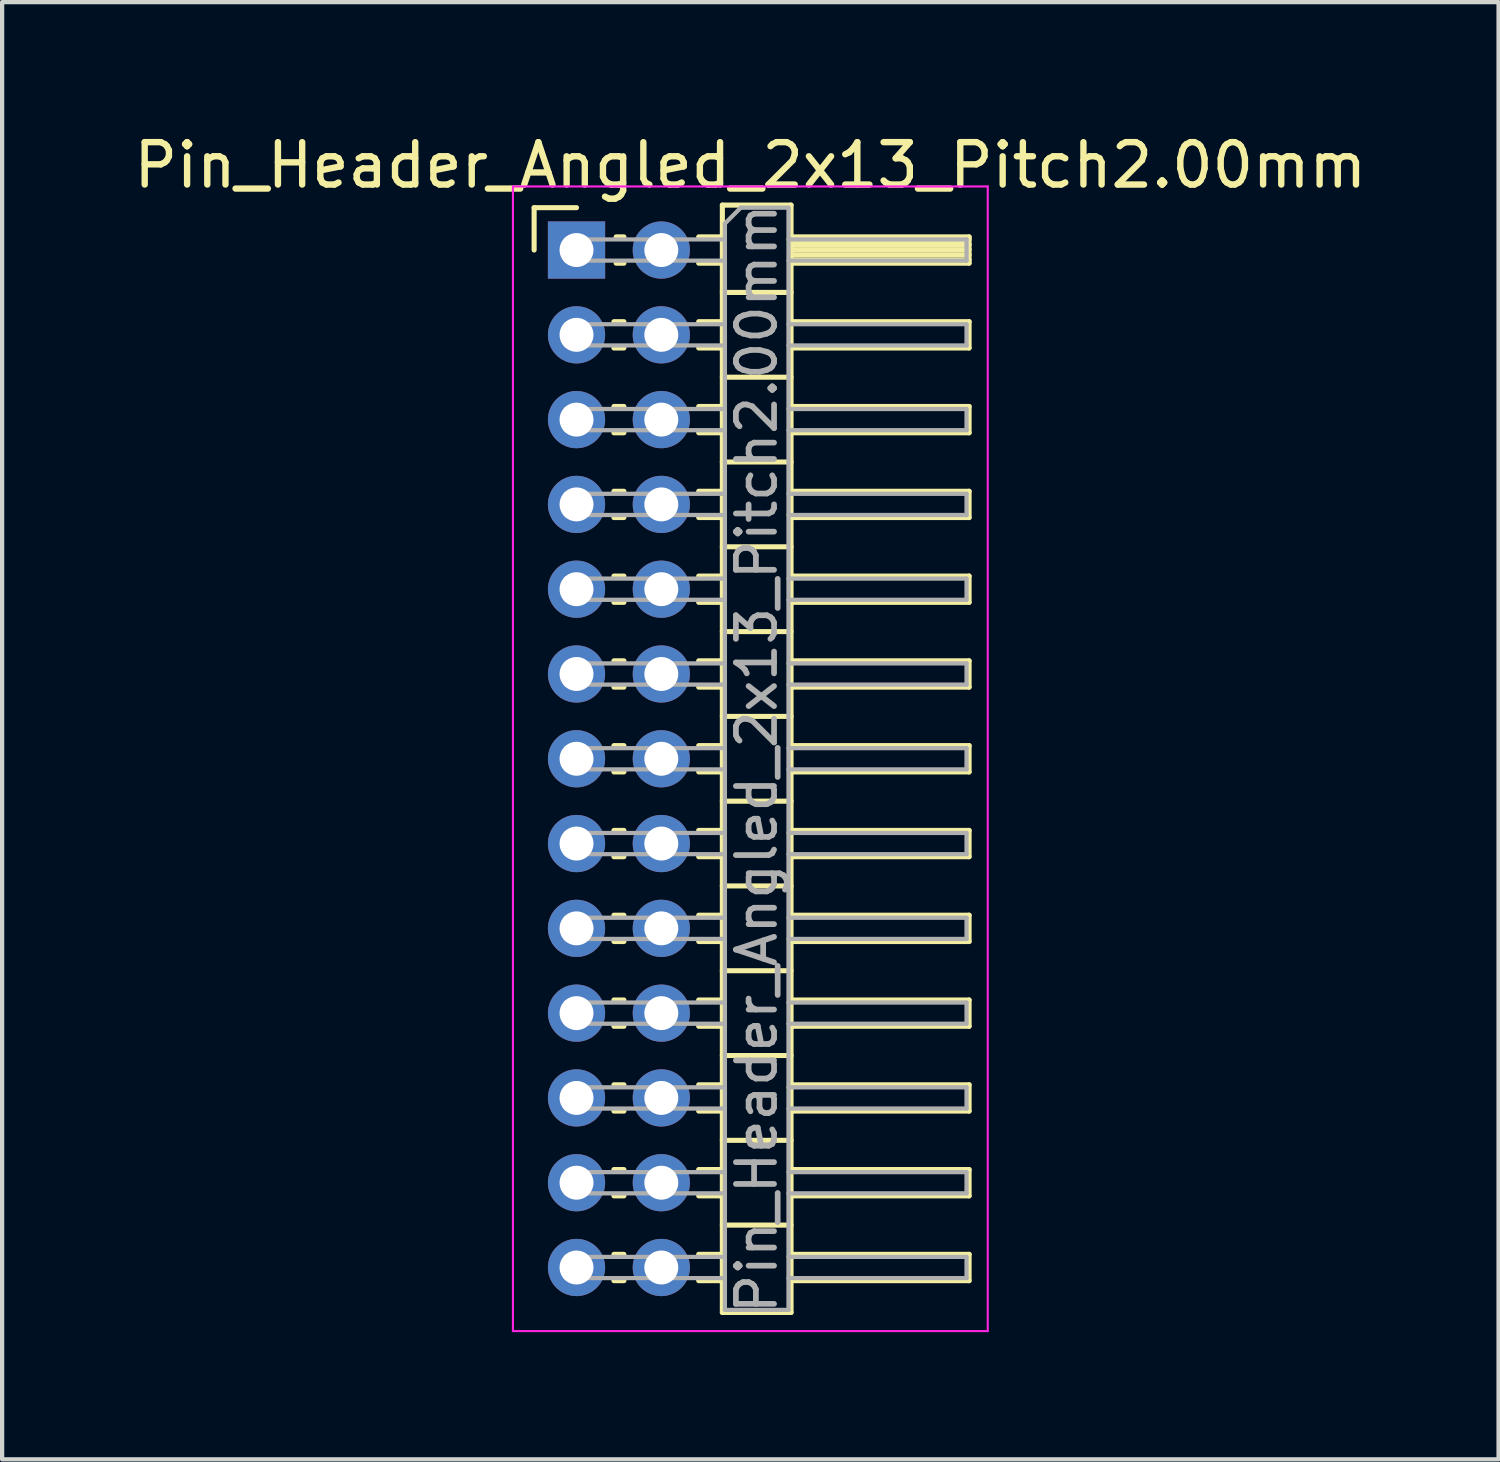
<source format=kicad_pcb>
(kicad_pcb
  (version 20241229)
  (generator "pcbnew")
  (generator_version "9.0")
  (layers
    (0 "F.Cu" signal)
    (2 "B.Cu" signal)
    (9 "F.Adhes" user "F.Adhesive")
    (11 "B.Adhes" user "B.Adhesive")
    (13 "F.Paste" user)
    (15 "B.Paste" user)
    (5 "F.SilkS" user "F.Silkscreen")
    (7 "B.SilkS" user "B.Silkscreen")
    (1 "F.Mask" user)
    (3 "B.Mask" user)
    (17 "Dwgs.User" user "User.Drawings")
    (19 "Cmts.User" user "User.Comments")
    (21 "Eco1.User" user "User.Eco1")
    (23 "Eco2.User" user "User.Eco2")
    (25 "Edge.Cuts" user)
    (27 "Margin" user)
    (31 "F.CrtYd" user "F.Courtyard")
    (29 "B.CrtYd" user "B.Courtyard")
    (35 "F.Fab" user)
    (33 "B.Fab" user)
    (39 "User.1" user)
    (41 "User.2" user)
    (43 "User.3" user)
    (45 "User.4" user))
  (footprint "Pin_Header_Angled_2x13_Pitch2.00mm"
    (layer "F.Cu")
    (at 10.549 2.848)
    (property "Reference" "Pin_Header_Angled_2x13_Pitch2.00mm" (at 4.1 -2 0) (layer "F.SilkS") (effects (font (size 1 1) (thickness 0.15))))
    (attr through_hole)
    (fp_line (start -1 -1) (end 0 -1) (stroke (width 0.12) (type solid)) (layer "F.SilkS"))
    (fp_line (start -1 0) (end -1 -1) (stroke (width 0.12) (type solid)) (layer "F.SilkS"))
    (fp_line (start 0.882 1.69) (end 1.118 1.69) (stroke (width 0.12) (type solid)) (layer "F.SilkS"))
    (fp_line (start 0.882 2.31) (end 1.118 2.31) (stroke (width 0.12) (type solid)) (layer "F.SilkS"))
    (fp_line (start 0.882 3.69) (end 1.118 3.69) (stroke (width 0.12) (type solid)) (layer "F.SilkS"))
    (fp_line (start 0.882 4.31) (end 1.118 4.31) (stroke (width 0.12) (type solid)) (layer "F.SilkS"))
    (fp_line (start 0.882 5.69) (end 1.118 5.69) (stroke (width 0.12) (type solid)) (layer "F.SilkS"))
    (fp_line (start 0.882 6.31) (end 1.118 6.31) (stroke (width 0.12) (type solid)) (layer "F.SilkS"))
    (fp_line (start 0.882 7.69) (end 1.118 7.69) (stroke (width 0.12) (type solid)) (layer "F.SilkS"))
    (fp_line (start 0.882 8.31) (end 1.118 8.31) (stroke (width 0.12) (type solid)) (layer "F.SilkS"))
    (fp_line (start 0.882 9.69) (end 1.118 9.69) (stroke (width 0.12) (type solid)) (layer "F.SilkS"))
    (fp_line (start 0.882 10.31) (end 1.118 10.31) (stroke (width 0.12) (type solid)) (layer "F.SilkS"))
    (fp_line (start 0.882 11.69) (end 1.118 11.69) (stroke (width 0.12) (type solid)) (layer "F.SilkS"))
    (fp_line (start 0.882 12.31) (end 1.118 12.31) (stroke (width 0.12) (type solid)) (layer "F.SilkS"))
    (fp_line (start 0.882 13.69) (end 1.118 13.69) (stroke (width 0.12) (type solid)) (layer "F.SilkS"))
    (fp_line (start 0.882 14.31) (end 1.118 14.31) (stroke (width 0.12) (type solid)) (layer "F.SilkS"))
    (fp_line (start 0.882 15.69) (end 1.118 15.69) (stroke (width 0.12) (type solid)) (layer "F.SilkS"))
    (fp_line (start 0.882 16.31) (end 1.118 16.31) (stroke (width 0.12) (type solid)) (layer "F.SilkS"))
    (fp_line (start 0.882 17.69) (end 1.118 17.69) (stroke (width 0.12) (type solid)) (layer "F.SilkS"))
    (fp_line (start 0.882 18.31) (end 1.118 18.31) (stroke (width 0.12) (type solid)) (layer "F.SilkS"))
    (fp_line (start 0.882 19.69) (end 1.118 19.69) (stroke (width 0.12) (type solid)) (layer "F.SilkS"))
    (fp_line (start 0.882 20.31) (end 1.118 20.31) (stroke (width 0.12) (type solid)) (layer "F.SilkS"))
    (fp_line (start 0.882 21.69) (end 1.118 21.69) (stroke (width 0.12) (type solid)) (layer "F.SilkS"))
    (fp_line (start 0.882 22.31) (end 1.118 22.31) (stroke (width 0.12) (type solid)) (layer "F.SilkS"))
    (fp_line (start 0.882 23.69) (end 1.118 23.69) (stroke (width 0.12) (type solid)) (layer "F.SilkS"))
    (fp_line (start 0.882 24.31) (end 1.118 24.31) (stroke (width 0.12) (type solid)) (layer "F.SilkS"))
    (fp_line (start 0.935 -0.31) (end 1.118 -0.31) (stroke (width 0.12) (type solid)) (layer "F.SilkS"))
    (fp_line (start 0.935 0.31) (end 1.118 0.31) (stroke (width 0.12) (type solid)) (layer "F.SilkS"))
    (fp_line (start 2.882 -0.31) (end 3.44 -0.31) (stroke (width 0.12) (type solid)) (layer "F.SilkS"))
    (fp_line (start 2.882 0.31) (end 3.44 0.31) (stroke (width 0.12) (type solid)) (layer "F.SilkS"))
    (fp_line (start 2.882 1.69) (end 3.44 1.69) (stroke (width 0.12) (type solid)) (layer "F.SilkS"))
    (fp_line (start 2.882 2.31) (end 3.44 2.31) (stroke (width 0.12) (type solid)) (layer "F.SilkS"))
    (fp_line (start 2.882 3.69) (end 3.44 3.69) (stroke (width 0.12) (type solid)) (layer "F.SilkS"))
    (fp_line (start 2.882 4.31) (end 3.44 4.31) (stroke (width 0.12) (type solid)) (layer "F.SilkS"))
    (fp_line (start 2.882 5.69) (end 3.44 5.69) (stroke (width 0.12) (type solid)) (layer "F.SilkS"))
    (fp_line (start 2.882 6.31) (end 3.44 6.31) (stroke (width 0.12) (type solid)) (layer "F.SilkS"))
    (fp_line (start 2.882 7.69) (end 3.44 7.69) (stroke (width 0.12) (type solid)) (layer "F.SilkS"))
    (fp_line (start 2.882 8.31) (end 3.44 8.31) (stroke (width 0.12) (type solid)) (layer "F.SilkS"))
    (fp_line (start 2.882 9.69) (end 3.44 9.69) (stroke (width 0.12) (type solid)) (layer "F.SilkS"))
    (fp_line (start 2.882 10.31) (end 3.44 10.31) (stroke (width 0.12) (type solid)) (layer "F.SilkS"))
    (fp_line (start 2.882 11.69) (end 3.44 11.69) (stroke (width 0.12) (type solid)) (layer "F.SilkS"))
    (fp_line (start 2.882 12.31) (end 3.44 12.31) (stroke (width 0.12) (type solid)) (layer "F.SilkS"))
    (fp_line (start 2.882 13.69) (end 3.44 13.69) (stroke (width 0.12) (type solid)) (layer "F.SilkS"))
    (fp_line (start 2.882 14.31) (end 3.44 14.31) (stroke (width 0.12) (type solid)) (layer "F.SilkS"))
    (fp_line (start 2.882 15.69) (end 3.44 15.69) (stroke (width 0.12) (type solid)) (layer "F.SilkS"))
    (fp_line (start 2.882 16.31) (end 3.44 16.31) (stroke (width 0.12) (type solid)) (layer "F.SilkS"))
    (fp_line (start 2.882 17.69) (end 3.44 17.69) (stroke (width 0.12) (type solid)) (layer "F.SilkS"))
    (fp_line (start 2.882 18.31) (end 3.44 18.31) (stroke (width 0.12) (type solid)) (layer "F.SilkS"))
    (fp_line (start 2.882 19.69) (end 3.44 19.69) (stroke (width 0.12) (type solid)) (layer "F.SilkS"))
    (fp_line (start 2.882 20.31) (end 3.44 20.31) (stroke (width 0.12) (type solid)) (layer "F.SilkS"))
    (fp_line (start 2.882 21.69) (end 3.44 21.69) (stroke (width 0.12) (type solid)) (layer "F.SilkS"))
    (fp_line (start 2.882 22.31) (end 3.44 22.31) (stroke (width 0.12) (type solid)) (layer "F.SilkS"))
    (fp_line (start 2.882 23.69) (end 3.44 23.69) (stroke (width 0.12) (type solid)) (layer "F.SilkS"))
    (fp_line (start 2.882 24.31) (end 3.44 24.31) (stroke (width 0.12) (type solid)) (layer "F.SilkS"))
    (fp_line (start 3.44 -1.06) (end 3.44 25.06) (stroke (width 0.12) (type solid)) (layer "F.SilkS"))
    (fp_line (start 3.44 1) (end 5.06 1) (stroke (width 0.12) (type solid)) (layer "F.SilkS"))
    (fp_line (start 3.44 3) (end 5.06 3) (stroke (width 0.12) (type solid)) (layer "F.SilkS"))
    (fp_line (start 3.44 5) (end 5.06 5) (stroke (width 0.12) (type solid)) (layer "F.SilkS"))
    (fp_line (start 3.44 7) (end 5.06 7) (stroke (width 0.12) (type solid)) (layer "F.SilkS"))
    (fp_line (start 3.44 9) (end 5.06 9) (stroke (width 0.12) (type solid)) (layer "F.SilkS"))
    (fp_line (start 3.44 11) (end 5.06 11) (stroke (width 0.12) (type solid)) (layer "F.SilkS"))
    (fp_line (start 3.44 13) (end 5.06 13) (stroke (width 0.12) (type solid)) (layer "F.SilkS"))
    (fp_line (start 3.44 15) (end 5.06 15) (stroke (width 0.12) (type solid)) (layer "F.SilkS"))
    (fp_line (start 3.44 17) (end 5.06 17) (stroke (width 0.12) (type solid)) (layer "F.SilkS"))
    (fp_line (start 3.44 19) (end 5.06 19) (stroke (width 0.12) (type solid)) (layer "F.SilkS"))
    (fp_line (start 3.44 21) (end 5.06 21) (stroke (width 0.12) (type solid)) (layer "F.SilkS"))
    (fp_line (start 3.44 23) (end 5.06 23) (stroke (width 0.12) (type solid)) (layer "F.SilkS"))
    (fp_line (start 3.44 25.06) (end 5.06 25.06) (stroke (width 0.12) (type solid)) (layer "F.SilkS"))
    (fp_line (start 5.06 -1.06) (end 3.44 -1.06) (stroke (width 0.12) (type solid)) (layer "F.SilkS"))
    (fp_line (start 5.06 -0.31) (end 9.26 -0.31) (stroke (width 0.12) (type solid)) (layer "F.SilkS"))
    (fp_line (start 5.06 -0.25) (end 9.26 -0.25) (stroke (width 0.12) (type solid)) (layer "F.SilkS"))
    (fp_line (start 5.06 -0.13) (end 9.26 -0.13) (stroke (width 0.12) (type solid)) (layer "F.SilkS"))
    (fp_line (start 5.06 -0.01) (end 9.26 -0.01) (stroke (width 0.12) (type solid)) (layer "F.SilkS"))
    (fp_line (start 5.06 0.11) (end 9.26 0.11) (stroke (width 0.12) (type solid)) (layer "F.SilkS"))
    (fp_line (start 5.06 0.23) (end 9.26 0.23) (stroke (width 0.12) (type solid)) (layer "F.SilkS"))
    (fp_line (start 5.06 1.69) (end 9.26 1.69) (stroke (width 0.12) (type solid)) (layer "F.SilkS"))
    (fp_line (start 5.06 3.69) (end 9.26 3.69) (stroke (width 0.12) (type solid)) (layer "F.SilkS"))
    (fp_line (start 5.06 5.69) (end 9.26 5.69) (stroke (width 0.12) (type solid)) (layer "F.SilkS"))
    (fp_line (start 5.06 7.69) (end 9.26 7.69) (stroke (width 0.12) (type solid)) (layer "F.SilkS"))
    (fp_line (start 5.06 9.69) (end 9.26 9.69) (stroke (width 0.12) (type solid)) (layer "F.SilkS"))
    (fp_line (start 5.06 11.69) (end 9.26 11.69) (stroke (width 0.12) (type solid)) (layer "F.SilkS"))
    (fp_line (start 5.06 13.69) (end 9.26 13.69) (stroke (width 0.12) (type solid)) (layer "F.SilkS"))
    (fp_line (start 5.06 15.69) (end 9.26 15.69) (stroke (width 0.12) (type solid)) (layer "F.SilkS"))
    (fp_line (start 5.06 17.69) (end 9.26 17.69) (stroke (width 0.12) (type solid)) (layer "F.SilkS"))
    (fp_line (start 5.06 19.69) (end 9.26 19.69) (stroke (width 0.12) (type solid)) (layer "F.SilkS"))
    (fp_line (start 5.06 21.69) (end 9.26 21.69) (stroke (width 0.12) (type solid)) (layer "F.SilkS"))
    (fp_line (start 5.06 23.69) (end 9.26 23.69) (stroke (width 0.12) (type solid)) (layer "F.SilkS"))
    (fp_line (start 5.06 25.06) (end 5.06 -1.06) (stroke (width 0.12) (type solid)) (layer "F.SilkS"))
    (fp_line (start 9.26 -0.31) (end 9.26 0.31) (stroke (width 0.12) (type solid)) (layer "F.SilkS"))
    (fp_line (start 9.26 0.31) (end 5.06 0.31) (stroke (width 0.12) (type solid)) (layer "F.SilkS"))
    (fp_line (start 9.26 1.69) (end 9.26 2.31) (stroke (width 0.12) (type solid)) (layer "F.SilkS"))
    (fp_line (start 9.26 2.31) (end 5.06 2.31) (stroke (width 0.12) (type solid)) (layer "F.SilkS"))
    (fp_line (start 9.26 3.69) (end 9.26 4.31) (stroke (width 0.12) (type solid)) (layer "F.SilkS"))
    (fp_line (start 9.26 4.31) (end 5.06 4.31) (stroke (width 0.12) (type solid)) (layer "F.SilkS"))
    (fp_line (start 9.26 5.69) (end 9.26 6.31) (stroke (width 0.12) (type solid)) (layer "F.SilkS"))
    (fp_line (start 9.26 6.31) (end 5.06 6.31) (stroke (width 0.12) (type solid)) (layer "F.SilkS"))
    (fp_line (start 9.26 7.69) (end 9.26 8.31) (stroke (width 0.12) (type solid)) (layer "F.SilkS"))
    (fp_line (start 9.26 8.31) (end 5.06 8.31) (stroke (width 0.12) (type solid)) (layer "F.SilkS"))
    (fp_line (start 9.26 9.69) (end 9.26 10.31) (stroke (width 0.12) (type solid)) (layer "F.SilkS"))
    (fp_line (start 9.26 10.31) (end 5.06 10.31) (stroke (width 0.12) (type solid)) (layer "F.SilkS"))
    (fp_line (start 9.26 11.69) (end 9.26 12.31) (stroke (width 0.12) (type solid)) (layer "F.SilkS"))
    (fp_line (start 9.26 12.31) (end 5.06 12.31) (stroke (width 0.12) (type solid)) (layer "F.SilkS"))
    (fp_line (start 9.26 13.69) (end 9.26 14.31) (stroke (width 0.12) (type solid)) (layer "F.SilkS"))
    (fp_line (start 9.26 14.31) (end 5.06 14.31) (stroke (width 0.12) (type solid)) (layer "F.SilkS"))
    (fp_line (start 9.26 15.69) (end 9.26 16.31) (stroke (width 0.12) (type solid)) (layer "F.SilkS"))
    (fp_line (start 9.26 16.31) (end 5.06 16.31) (stroke (width 0.12) (type solid)) (layer "F.SilkS"))
    (fp_line (start 9.26 17.69) (end 9.26 18.31) (stroke (width 0.12) (type solid)) (layer "F.SilkS"))
    (fp_line (start 9.26 18.31) (end 5.06 18.31) (stroke (width 0.12) (type solid)) (layer "F.SilkS"))
    (fp_line (start 9.26 19.69) (end 9.26 20.31) (stroke (width 0.12) (type solid)) (layer "F.SilkS"))
    (fp_line (start 9.26 20.31) (end 5.06 20.31) (stroke (width 0.12) (type solid)) (layer "F.SilkS"))
    (fp_line (start 9.26 21.69) (end 9.26 22.31) (stroke (width 0.12) (type solid)) (layer "F.SilkS"))
    (fp_line (start 9.26 22.31) (end 5.06 22.31) (stroke (width 0.12) (type solid)) (layer "F.SilkS"))
    (fp_line (start 9.26 23.69) (end 9.26 24.31) (stroke (width 0.12) (type solid)) (layer "F.SilkS"))
    (fp_line (start 9.26 24.31) (end 5.06 24.31) (stroke (width 0.12) (type solid)) (layer "F.SilkS"))
    (fp_line (start -1.5 -1.5) (end -1.5 25.5) (stroke (width 0.05) (type solid)) (layer "F.CrtYd"))
    (fp_line (start -1.5 25.5) (end 9.7 25.5) (stroke (width 0.05) (type solid)) (layer "F.CrtYd"))
    (fp_line (start 9.7 -1.5) (end -1.5 -1.5) (stroke (width 0.05) (type solid)) (layer "F.CrtYd"))
    (fp_line (start 9.7 25.5) (end 9.7 -1.5) (stroke (width 0.05) (type solid)) (layer "F.CrtYd"))
    (fp_line (start -0.25 -0.25) (end -0.25 0.25) (stroke (width 0.1) (type solid)) (layer "F.Fab"))
    (fp_line (start -0.25 -0.25) (end 3.5 -0.25) (stroke (width 0.1) (type solid)) (layer "F.Fab"))
    (fp_line (start -0.25 0.25) (end 3.5 0.25) (stroke (width 0.1) (type solid)) (layer "F.Fab"))
    (fp_line (start -0.25 1.75) (end -0.25 2.25) (stroke (width 0.1) (type solid)) (layer "F.Fab"))
    (fp_line (start -0.25 1.75) (end 3.5 1.75) (stroke (width 0.1) (type solid)) (layer "F.Fab"))
    (fp_line (start -0.25 2.25) (end 3.5 2.25) (stroke (width 0.1) (type solid)) (layer "F.Fab"))
    (fp_line (start -0.25 3.75) (end -0.25 4.25) (stroke (width 0.1) (type solid)) (layer "F.Fab"))
    (fp_line (start -0.25 3.75) (end 3.5 3.75) (stroke (width 0.1) (type solid)) (layer "F.Fab"))
    (fp_line (start -0.25 4.25) (end 3.5 4.25) (stroke (width 0.1) (type solid)) (layer "F.Fab"))
    (fp_line (start -0.25 5.75) (end -0.25 6.25) (stroke (width 0.1) (type solid)) (layer "F.Fab"))
    (fp_line (start -0.25 5.75) (end 3.5 5.75) (stroke (width 0.1) (type solid)) (layer "F.Fab"))
    (fp_line (start -0.25 6.25) (end 3.5 6.25) (stroke (width 0.1) (type solid)) (layer "F.Fab"))
    (fp_line (start -0.25 7.75) (end -0.25 8.25) (stroke (width 0.1) (type solid)) (layer "F.Fab"))
    (fp_line (start -0.25 7.75) (end 3.5 7.75) (stroke (width 0.1) (type solid)) (layer "F.Fab"))
    (fp_line (start -0.25 8.25) (end 3.5 8.25) (stroke (width 0.1) (type solid)) (layer "F.Fab"))
    (fp_line (start -0.25 9.75) (end -0.25 10.25) (stroke (width 0.1) (type solid)) (layer "F.Fab"))
    (fp_line (start -0.25 9.75) (end 3.5 9.75) (stroke (width 0.1) (type solid)) (layer "F.Fab"))
    (fp_line (start -0.25 10.25) (end 3.5 10.25) (stroke (width 0.1) (type solid)) (layer "F.Fab"))
    (fp_line (start -0.25 11.75) (end -0.25 12.25) (stroke (width 0.1) (type solid)) (layer "F.Fab"))
    (fp_line (start -0.25 11.75) (end 3.5 11.75) (stroke (width 0.1) (type solid)) (layer "F.Fab"))
    (fp_line (start -0.25 12.25) (end 3.5 12.25) (stroke (width 0.1) (type solid)) (layer "F.Fab"))
    (fp_line (start -0.25 13.75) (end -0.25 14.25) (stroke (width 0.1) (type solid)) (layer "F.Fab"))
    (fp_line (start -0.25 13.75) (end 3.5 13.75) (stroke (width 0.1) (type solid)) (layer "F.Fab"))
    (fp_line (start -0.25 14.25) (end 3.5 14.25) (stroke (width 0.1) (type solid)) (layer "F.Fab"))
    (fp_line (start -0.25 15.75) (end -0.25 16.25) (stroke (width 0.1) (type solid)) (layer "F.Fab"))
    (fp_line (start -0.25 15.75) (end 3.5 15.75) (stroke (width 0.1) (type solid)) (layer "F.Fab"))
    (fp_line (start -0.25 16.25) (end 3.5 16.25) (stroke (width 0.1) (type solid)) (layer "F.Fab"))
    (fp_line (start -0.25 17.75) (end -0.25 18.25) (stroke (width 0.1) (type solid)) (layer "F.Fab"))
    (fp_line (start -0.25 17.75) (end 3.5 17.75) (stroke (width 0.1) (type solid)) (layer "F.Fab"))
    (fp_line (start -0.25 18.25) (end 3.5 18.25) (stroke (width 0.1) (type solid)) (layer "F.Fab"))
    (fp_line (start -0.25 19.75) (end -0.25 20.25) (stroke (width 0.1) (type solid)) (layer "F.Fab"))
    (fp_line (start -0.25 19.75) (end 3.5 19.75) (stroke (width 0.1) (type solid)) (layer "F.Fab"))
    (fp_line (start -0.25 20.25) (end 3.5 20.25) (stroke (width 0.1) (type solid)) (layer "F.Fab"))
    (fp_line (start -0.25 21.75) (end -0.25 22.25) (stroke (width 0.1) (type solid)) (layer "F.Fab"))
    (fp_line (start -0.25 21.75) (end 3.5 21.75) (stroke (width 0.1) (type solid)) (layer "F.Fab"))
    (fp_line (start -0.25 22.25) (end 3.5 22.25) (stroke (width 0.1) (type solid)) (layer "F.Fab"))
    (fp_line (start -0.25 23.75) (end -0.25 24.25) (stroke (width 0.1) (type solid)) (layer "F.Fab"))
    (fp_line (start -0.25 23.75) (end 3.5 23.75) (stroke (width 0.1) (type solid)) (layer "F.Fab"))
    (fp_line (start -0.25 24.25) (end 3.5 24.25) (stroke (width 0.1) (type solid)) (layer "F.Fab"))
    (fp_line (start 3.5 -0.625) (end 3.875 -1) (stroke (width 0.1) (type solid)) (layer "F.Fab"))
    (fp_line (start 3.5 25) (end 3.5 -0.625) (stroke (width 0.1) (type solid)) (layer "F.Fab"))
    (fp_line (start 3.875 -1) (end 5 -1) (stroke (width 0.1) (type solid)) (layer "F.Fab"))
    (fp_line (start 5 -1) (end 5 25) (stroke (width 0.1) (type solid)) (layer "F.Fab"))
    (fp_line (start 5 -0.25) (end 9.2 -0.25) (stroke (width 0.1) (type solid)) (layer "F.Fab"))
    (fp_line (start 5 0.25) (end 9.2 0.25) (stroke (width 0.1) (type solid)) (layer "F.Fab"))
    (fp_line (start 5 1.75) (end 9.2 1.75) (stroke (width 0.1) (type solid)) (layer "F.Fab"))
    (fp_line (start 5 2.25) (end 9.2 2.25) (stroke (width 0.1) (type solid)) (layer "F.Fab"))
    (fp_line (start 5 3.75) (end 9.2 3.75) (stroke (width 0.1) (type solid)) (layer "F.Fab"))
    (fp_line (start 5 4.25) (end 9.2 4.25) (stroke (width 0.1) (type solid)) (layer "F.Fab"))
    (fp_line (start 5 5.75) (end 9.2 5.75) (stroke (width 0.1) (type solid)) (layer "F.Fab"))
    (fp_line (start 5 6.25) (end 9.2 6.25) (stroke (width 0.1) (type solid)) (layer "F.Fab"))
    (fp_line (start 5 7.75) (end 9.2 7.75) (stroke (width 0.1) (type solid)) (layer "F.Fab"))
    (fp_line (start 5 8.25) (end 9.2 8.25) (stroke (width 0.1) (type solid)) (layer "F.Fab"))
    (fp_line (start 5 9.75) (end 9.2 9.75) (stroke (width 0.1) (type solid)) (layer "F.Fab"))
    (fp_line (start 5 10.25) (end 9.2 10.25) (stroke (width 0.1) (type solid)) (layer "F.Fab"))
    (fp_line (start 5 11.75) (end 9.2 11.75) (stroke (width 0.1) (type solid)) (layer "F.Fab"))
    (fp_line (start 5 12.25) (end 9.2 12.25) (stroke (width 0.1) (type solid)) (layer "F.Fab"))
    (fp_line (start 5 13.75) (end 9.2 13.75) (stroke (width 0.1) (type solid)) (layer "F.Fab"))
    (fp_line (start 5 14.25) (end 9.2 14.25) (stroke (width 0.1) (type solid)) (layer "F.Fab"))
    (fp_line (start 5 15.75) (end 9.2 15.75) (stroke (width 0.1) (type solid)) (layer "F.Fab"))
    (fp_line (start 5 16.25) (end 9.2 16.25) (stroke (width 0.1) (type solid)) (layer "F.Fab"))
    (fp_line (start 5 17.75) (end 9.2 17.75) (stroke (width 0.1) (type solid)) (layer "F.Fab"))
    (fp_line (start 5 18.25) (end 9.2 18.25) (stroke (width 0.1) (type solid)) (layer "F.Fab"))
    (fp_line (start 5 19.75) (end 9.2 19.75) (stroke (width 0.1) (type solid)) (layer "F.Fab"))
    (fp_line (start 5 20.25) (end 9.2 20.25) (stroke (width 0.1) (type solid)) (layer "F.Fab"))
    (fp_line (start 5 21.75) (end 9.2 21.75) (stroke (width 0.1) (type solid)) (layer "F.Fab"))
    (fp_line (start 5 22.25) (end 9.2 22.25) (stroke (width 0.1) (type solid)) (layer "F.Fab"))
    (fp_line (start 5 23.75) (end 9.2 23.75) (stroke (width 0.1) (type solid)) (layer "F.Fab"))
    (fp_line (start 5 24.25) (end 9.2 24.25) (stroke (width 0.1) (type solid)) (layer "F.Fab"))
    (fp_line (start 5 25) (end 3.5 25) (stroke (width 0.1) (type solid)) (layer "F.Fab"))
    (fp_line (start 9.2 -0.25) (end 9.2 0.25) (stroke (width 0.1) (type solid)) (layer "F.Fab"))
    (fp_line (start 9.2 1.75) (end 9.2 2.25) (stroke (width 0.1) (type solid)) (layer "F.Fab"))
    (fp_line (start 9.2 3.75) (end 9.2 4.25) (stroke (width 0.1) (type solid)) (layer "F.Fab"))
    (fp_line (start 9.2 5.75) (end 9.2 6.25) (stroke (width 0.1) (type solid)) (layer "F.Fab"))
    (fp_line (start 9.2 7.75) (end 9.2 8.25) (stroke (width 0.1) (type solid)) (layer "F.Fab"))
    (fp_line (start 9.2 9.75) (end 9.2 10.25) (stroke (width 0.1) (type solid)) (layer "F.Fab"))
    (fp_line (start 9.2 11.75) (end 9.2 12.25) (stroke (width 0.1) (type solid)) (layer "F.Fab"))
    (fp_line (start 9.2 13.75) (end 9.2 14.25) (stroke (width 0.1) (type solid)) (layer "F.Fab"))
    (fp_line (start 9.2 15.75) (end 9.2 16.25) (stroke (width 0.1) (type solid)) (layer "F.Fab"))
    (fp_line (start 9.2 17.75) (end 9.2 18.25) (stroke (width 0.1) (type solid)) (layer "F.Fab"))
    (fp_line (start 9.2 19.75) (end 9.2 20.25) (stroke (width 0.1) (type solid)) (layer "F.Fab"))
    (fp_line (start 9.2 21.75) (end 9.2 22.25) (stroke (width 0.1) (type solid)) (layer "F.Fab"))
    (fp_line (start 9.2 23.75) (end 9.2 24.25) (stroke (width 0.1) (type solid)) (layer "F.Fab"))
    (fp_text user "${REFERENCE}" (at 4.25 12 90) (layer "F.Fab") (effects (font (size 0.9 0.9) (thickness 0.135))))
    (pad "1" thru_hole rect (at 0 0) (size 1.35 1.35) (drill 0.8) (layers "*.Cu" "*.Mask"))
    (pad "2" thru_hole oval (at 2 0) (size 1.35 1.35) (drill 0.8) (layers "*.Cu" "*.Mask"))
    (pad "3" thru_hole oval (at 0 2) (size 1.35 1.35) (drill 0.8) (layers "*.Cu" "*.Mask"))
    (pad "4" thru_hole oval (at 2 2) (size 1.35 1.35) (drill 0.8) (layers "*.Cu" "*.Mask"))
    (pad "5" thru_hole oval (at 0 4) (size 1.35 1.35) (drill 0.8) (layers "*.Cu" "*.Mask"))
    (pad "6" thru_hole oval (at 2 4) (size 1.35 1.35) (drill 0.8) (layers "*.Cu" "*.Mask"))
    (pad "7" thru_hole oval (at 0 6) (size 1.35 1.35) (drill 0.8) (layers "*.Cu" "*.Mask"))
    (pad "8" thru_hole oval (at 2 6) (size 1.35 1.35) (drill 0.8) (layers "*.Cu" "*.Mask"))
    (pad "9" thru_hole oval (at 0 8) (size 1.35 1.35) (drill 0.8) (layers "*.Cu" "*.Mask"))
    (pad "10" thru_hole oval (at 2 8) (size 1.35 1.35) (drill 0.8) (layers "*.Cu" "*.Mask"))
    (pad "11" thru_hole oval (at 0 10) (size 1.35 1.35) (drill 0.8) (layers "*.Cu" "*.Mask"))
    (pad "12" thru_hole oval (at 2 10) (size 1.35 1.35) (drill 0.8) (layers "*.Cu" "*.Mask"))
    (pad "13" thru_hole oval (at 0 12) (size 1.35 1.35) (drill 0.8) (layers "*.Cu" "*.Mask"))
    (pad "14" thru_hole oval (at 2 12) (size 1.35 1.35) (drill 0.8) (layers "*.Cu" "*.Mask"))
    (pad "15" thru_hole oval (at 0 14) (size 1.35 1.35) (drill 0.8) (layers "*.Cu" "*.Mask"))
    (pad "16" thru_hole oval (at 2 14) (size 1.35 1.35) (drill 0.8) (layers "*.Cu" "*.Mask"))
    (pad "17" thru_hole oval (at 0 16) (size 1.35 1.35) (drill 0.8) (layers "*.Cu" "*.Mask"))
    (pad "18" thru_hole oval (at 2 16) (size 1.35 1.35) (drill 0.8) (layers "*.Cu" "*.Mask"))
    (pad "19" thru_hole oval (at 0 18) (size 1.35 1.35) (drill 0.8) (layers "*.Cu" "*.Mask"))
    (pad "20" thru_hole oval (at 2 18) (size 1.35 1.35) (drill 0.8) (layers "*.Cu" "*.Mask"))
    (pad "21" thru_hole oval (at 0 20) (size 1.35 1.35) (drill 0.8) (layers "*.Cu" "*.Mask"))
    (pad "22" thru_hole oval (at 2 20) (size 1.35 1.35) (drill 0.8) (layers "*.Cu" "*.Mask"))
    (pad "23" thru_hole oval (at 0 22) (size 1.35 1.35) (drill 0.8) (layers "*.Cu" "*.Mask"))
    (pad "24" thru_hole oval (at 2 22) (size 1.35 1.35) (drill 0.8) (layers "*.Cu" "*.Mask"))
    (pad "25" thru_hole oval (at 0 24) (size 1.35 1.35) (drill 0.8) (layers "*.Cu" "*.Mask"))
    (pad "26" thru_hole oval (at 2 24) (size 1.35 1.35) (drill 0.8) (layers "*.Cu" "*.Mask")))
  (gr_rect
    (start -3 -3)
    (end 32.298 31.373)
    (stroke (width 0.1) (type default))
    (fill no)
    (layer "Edge.Cuts")))
</source>
